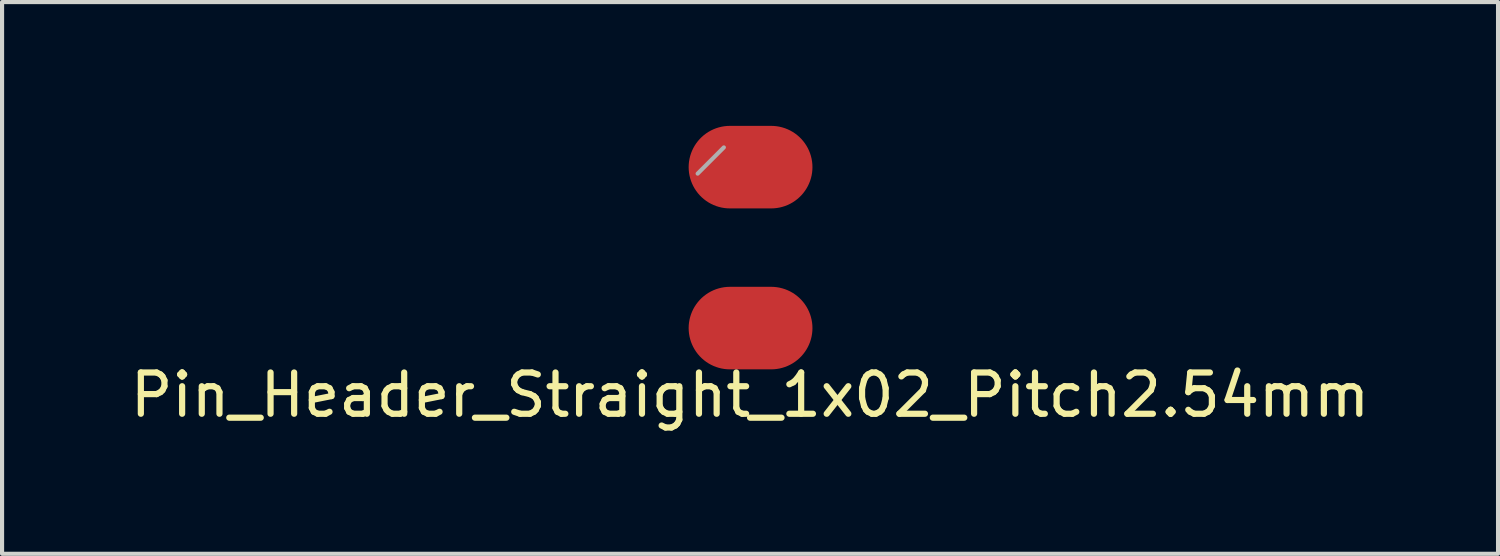
<source format=kicad_pcb>
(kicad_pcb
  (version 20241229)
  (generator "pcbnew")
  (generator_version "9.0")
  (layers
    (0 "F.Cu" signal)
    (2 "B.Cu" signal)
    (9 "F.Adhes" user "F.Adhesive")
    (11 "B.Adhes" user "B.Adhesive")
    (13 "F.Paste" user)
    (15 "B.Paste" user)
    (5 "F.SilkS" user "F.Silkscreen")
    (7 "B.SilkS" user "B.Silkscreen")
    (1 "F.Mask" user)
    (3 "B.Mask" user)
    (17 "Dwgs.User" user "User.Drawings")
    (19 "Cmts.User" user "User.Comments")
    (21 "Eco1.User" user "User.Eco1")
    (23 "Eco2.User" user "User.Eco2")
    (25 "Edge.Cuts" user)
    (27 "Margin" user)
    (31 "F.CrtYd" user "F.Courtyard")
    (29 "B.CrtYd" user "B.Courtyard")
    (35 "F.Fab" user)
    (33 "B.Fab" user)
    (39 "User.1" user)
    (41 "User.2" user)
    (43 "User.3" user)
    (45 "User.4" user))
  (footprint "Pin_Header_Straight_1x02_Pitch2.54mm"
    (layer "F.Cu")
    (at 15.125 1.792)
    (property "Reference" "Pin_Header_Straight_1x02_Pitch2.54mm" (at 0 4.729 180) (layer "F.SilkS") (effects (font (size 1 1) (thickness 0.15))))
    (attr through_hole)
    (fp_line (start -1.27 -0.635) (end -0.635 -1.27) (stroke (width 0.1) (type solid)) (layer "F.Fab"))
    (pad "1" smd oval (at 0.012 -0.792) (size 3 2) (layers "F.Cu" "F.Mask" "F.Paste"))
    (pad "2" smd oval (at 0.012 3.108) (size 3 2) (layers "F.Cu" "F.Mask" "F.Paste")))
  (gr_rect
    (start -3 -3)
    (end 33.25 10.369)
    (stroke (width 0.1) (type default))
    (fill no)
    (layer "Edge.Cuts")))
</source>
